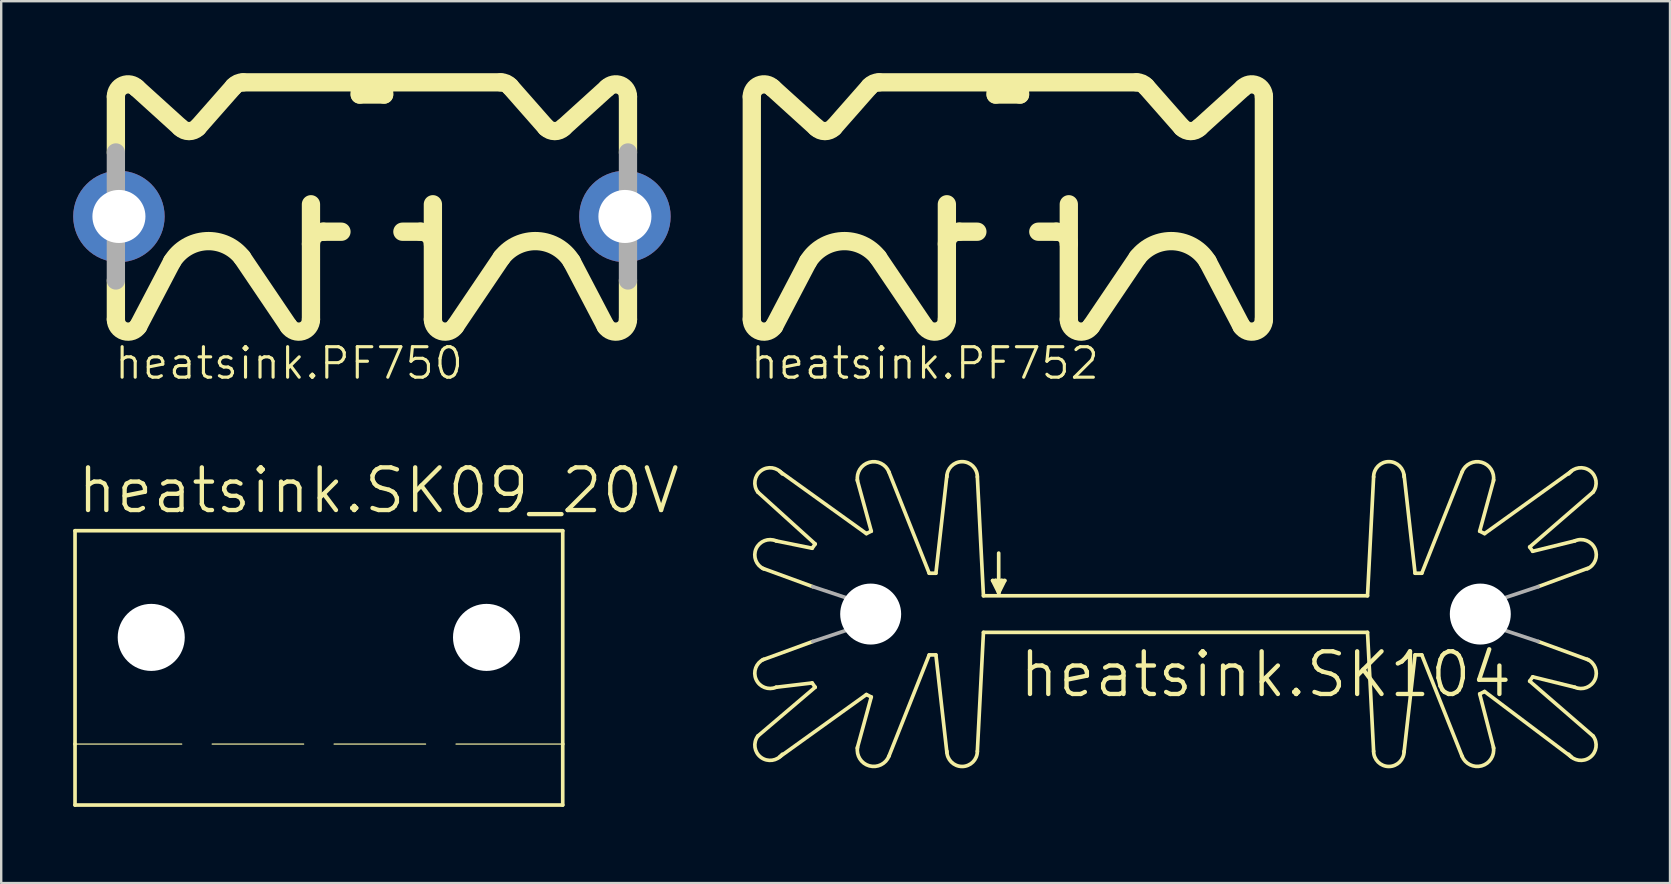
<source format=kicad_pcb>
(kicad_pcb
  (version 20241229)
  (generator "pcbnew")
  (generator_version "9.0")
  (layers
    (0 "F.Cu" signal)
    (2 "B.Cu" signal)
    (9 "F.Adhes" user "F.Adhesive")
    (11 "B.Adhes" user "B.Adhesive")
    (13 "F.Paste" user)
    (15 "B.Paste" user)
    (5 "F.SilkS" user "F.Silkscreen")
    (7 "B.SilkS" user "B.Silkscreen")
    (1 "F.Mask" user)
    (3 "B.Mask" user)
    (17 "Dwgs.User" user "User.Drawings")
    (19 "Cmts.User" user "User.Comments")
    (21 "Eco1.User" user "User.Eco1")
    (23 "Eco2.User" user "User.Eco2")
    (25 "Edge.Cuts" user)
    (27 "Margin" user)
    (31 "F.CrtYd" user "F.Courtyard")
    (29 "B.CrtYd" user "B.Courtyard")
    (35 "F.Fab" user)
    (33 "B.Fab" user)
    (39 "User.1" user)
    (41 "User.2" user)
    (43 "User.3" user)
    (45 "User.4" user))
  (footprint "heatsink.SK09_20V"
    (layer "F.Cu")
    (at 10.236 30.492)
    (property "Reference" "heatsink.SK09_20V" (at -10.16 -12.065 0) (layer "F.SilkS") (effects (font (size 1.778 1.778) (thickness 0.18)) (justify left bottom)))
    (fp_line (start -10.16 -2.54) (end -10.16 -11.43) (stroke (width 0.152) (type default)) (layer "F.SilkS"))
    (fp_line (start -10.16 -2.54) (end -5.715 -2.54) (stroke (width 0.051) (type default)) (layer "F.SilkS"))
    (fp_line (start -10.16 0) (end -10.16 -2.54) (stroke (width 0.152) (type default)) (layer "F.SilkS"))
    (fp_line (start -10.16 0) (end 10.16 0) (stroke (width 0.152) (type default)) (layer "F.SilkS"))
    (fp_line (start -4.445 -2.54) (end -0.635 -2.54) (stroke (width 0.051) (type default)) (layer "F.SilkS"))
    (fp_line (start 0.635 -2.54) (end 4.445 -2.54) (stroke (width 0.051) (type default)) (layer "F.SilkS"))
    (fp_line (start 5.715 -2.54) (end 10.16 -2.54) (stroke (width 0.051) (type default)) (layer "F.SilkS"))
    (fp_line (start 10.16 -11.43) (end -10.16 -11.43) (stroke (width 0.152) (type default)) (layer "F.SilkS"))
    (fp_line (start 10.16 -11.43) (end 10.16 -2.54) (stroke (width 0.152) (type default)) (layer "F.SilkS"))
    (fp_line (start 10.16 -2.54) (end 10.16 0) (stroke (width 0.152) (type default)) (layer "F.SilkS"))
    (pad "" np_thru_hole circle (at -6.985 -6.985) (size 2.794 2.794) (drill 2.794) (layers "*.Cu" "*.Mask"))
    (pad "" np_thru_hole circle (at 6.985 -6.985) (size 2.794 2.794) (drill 2.794) (layers "*.Cu" "*.Mask")))
  (footprint "heatsink.PF750"
    (layer "F.Cu")
    (at 12.446 0.762)
    (property "Reference" "heatsink.PF750" (at -10.795 12.065 0) (layer "F.SilkS") (effects (font (size 1.27 1.27) (thickness 0.13)) (justify left bottom)))
    (attr through_hole)
    (fp_line (start -10.668 2.54) (end -10.668 0.21) (stroke (width 0.762) (type default)) (layer "F.SilkS"))
    (fp_line (start -10.668 9.498) (end -10.668 7.874) (stroke (width 0.762) (type default)) (layer "F.SilkS"))
    (fp_line (start -9.801 -0.149) (end -7.979 1.502) (stroke (width 0.762) (type default)) (layer "F.SilkS"))
    (fp_line (start -9.737 9.78) (end -8.326 7.085) (stroke (width 0.762) (type default)) (layer "F.SilkS"))
    (fp_line (start -7.261 1.502) (end -5.755 -0.209) (stroke (width 0.762) (type default)) (layer "F.SilkS"))
    (fp_line (start -5.374 -0.381) (end 5.374 -0.381) (stroke (width 0.762) (type default)) (layer "F.SilkS"))
    (fp_line (start -3.471 9.78) (end -5.406 6.918) (stroke (width 0.762) (type default)) (layer "F.SilkS"))
    (fp_line (start -2.54 4.699) (end -2.54 9.498) (stroke (width 0.762) (type default)) (layer "F.SilkS"))
    (fp_line (start -2.032 5.842) (end -1.27 5.842) (stroke (width 0.762) (type default)) (layer "F.SilkS"))
    (fp_line (start -0.508 -0.254) (end -0.508 0.127) (stroke (width 0.762) (type default)) (layer "F.SilkS"))
    (fp_line (start -0.508 0.127) (end 0.508 0.127) (stroke (width 0.762) (type default)) (layer "F.SilkS"))
    (fp_line (start 0.508 0.127) (end 0.508 -0.254) (stroke (width 0.762) (type default)) (layer "F.SilkS"))
    (fp_line (start 2.032 5.842) (end 1.27 5.842) (stroke (width 0.762) (type default)) (layer "F.SilkS"))
    (fp_line (start 2.54 4.699) (end 2.54 9.498) (stroke (width 0.762) (type default)) (layer "F.SilkS"))
    (fp_line (start 3.471 9.78) (end 5.406 6.918) (stroke (width 0.762) (type default)) (layer "F.SilkS"))
    (fp_line (start 7.261 1.502) (end 5.755 -0.209) (stroke (width 0.762) (type default)) (layer "F.SilkS"))
    (fp_line (start 9.737 9.78) (end 8.326 7.085) (stroke (width 0.762) (type default)) (layer "F.SilkS"))
    (fp_line (start 9.801 -0.149) (end 7.979 1.502) (stroke (width 0.762) (type default)) (layer "F.SilkS"))
    (fp_line (start 10.668 2.54) (end 10.668 0.21) (stroke (width 0.762) (type default)) (layer "F.SilkS"))
    (fp_line (start 10.668 9.498) (end 10.668 7.874) (stroke (width 0.762) (type default)) (layer "F.SilkS"))
    (fp_arc (start -10.668 0.2104) (mid -10.354406 -0.258924) (end -9.8008 -0.1488) (stroke (width 0.762) (type default)) (layer "F.SilkS"))
    (fp_arc (start -9.7372 9.7801) (mid -10.307185 9.984476) (end -10.668 9.4982) (stroke (width 0.762) (type default)) (layer "F.SilkS"))
    (fp_arc (start -8.3259 7.0854) (mid -6.909959 6.236179) (end -5.4061 6.9177) (stroke (width 0.762) (type default)) (layer "F.SilkS"))
    (fp_arc (start -7.2608 1.5022) (mid -7.62 1.650986) (end -7.9792 1.5022) (stroke (width 0.762) (type default)) (layer "F.SilkS"))
    (fp_arc (start -5.7549 -0.2086) (mid -5.582835 -0.335931) (end -5.3736 -0.3811) (stroke (width 0.762) (type default)) (layer "F.SilkS"))
    (fp_arc (start -2.54 6.35) (mid -2.39121 5.99079) (end -2.032 5.842) (stroke (width 0.762) (type default)) (layer "F.SilkS"))
    (fp_arc (start -2.5398 9.4982) (mid -2.900689 9.984509) (end -3.4707 9.78) (stroke (width 0.762) (type default)) (layer "F.SilkS"))
    (fp_arc (start 2.032 5.842) (mid 2.39121 5.99079) (end 2.54 6.35) (stroke (width 0.762) (type default)) (layer "F.SilkS"))
    (fp_arc (start 3.4705 9.7799) (mid 2.900728 9.984303) (end 2.54 9.4982) (stroke (width 0.762) (type default)) (layer "F.SilkS"))
    (fp_arc (start 5.3736 -0.381) (mid 5.582826 -0.335885) (end 5.7549 -0.2086) (stroke (width 0.762) (type default)) (layer "F.SilkS"))
    (fp_arc (start 5.4061 6.9177) (mid 6.909959 6.236179) (end 8.3259 7.0854) (stroke (width 0.762) (type default)) (layer "F.SilkS"))
    (fp_arc (start 7.9792 1.5022) (mid 7.62 1.650986) (end 7.2608 1.5022) (stroke (width 0.762) (type default)) (layer "F.SilkS"))
    (fp_arc (start 9.8008 -0.1488) (mid 10.354406 -0.258924) (end 10.668 0.2104) (stroke (width 0.762) (type default)) (layer "F.SilkS"))
    (fp_arc (start 10.6678 9.4982) (mid 10.307098 9.984318) (end 9.7373 9.78) (stroke (width 0.762) (type default)) (layer "F.SilkS"))
    (fp_line (start -10.668 7.874) (end -10.668 2.54) (stroke (width 0.762) (type default)) (layer "F.Fab"))
    (fp_line (start 10.668 7.874) (end 10.668 2.54) (stroke (width 0.762) (type default)) (layer "F.Fab"))
    (pad "M" thru_hole circle (at 10.541 5.207) (size 3.81 3.81) (drill 2.21) (layers "*.Cu" "*.Mask"))
    (pad "M1" thru_hole circle (at -10.541 5.207) (size 3.81 3.81) (drill 2.21) (layers "*.Cu" "*.Mask")))
  (footprint "heatsink.PF752"
    (layer "F.Cu")
    (at 38.941 0.762)
    (property "Reference" "heatsink.PF752" (at -10.795 12.065 0) (layer "F.SilkS") (effects (font (size 1.27 1.27) (thickness 0.13)) (justify left bottom)))
    (fp_line (start -10.668 9.498) (end -10.668 0.21) (stroke (width 0.762) (type default)) (layer "F.SilkS"))
    (fp_line (start -9.801 -0.149) (end -7.979 1.502) (stroke (width 0.762) (type default)) (layer "F.SilkS"))
    (fp_line (start -9.737 9.78) (end -8.326 7.085) (stroke (width 0.762) (type default)) (layer "F.SilkS"))
    (fp_line (start -7.261 1.502) (end -5.755 -0.209) (stroke (width 0.762) (type default)) (layer "F.SilkS"))
    (fp_line (start -5.374 -0.381) (end 5.374 -0.381) (stroke (width 0.762) (type default)) (layer "F.SilkS"))
    (fp_line (start -3.471 9.78) (end -5.406 6.918) (stroke (width 0.762) (type default)) (layer "F.SilkS"))
    (fp_line (start -2.54 4.699) (end -2.54 9.498) (stroke (width 0.762) (type default)) (layer "F.SilkS"))
    (fp_line (start -2.032 5.842) (end -1.27 5.842) (stroke (width 0.762) (type default)) (layer "F.SilkS"))
    (fp_line (start -0.508 -0.254) (end -0.508 0.127) (stroke (width 0.762) (type default)) (layer "F.SilkS"))
    (fp_line (start -0.508 0.127) (end 0.508 0.127) (stroke (width 0.762) (type default)) (layer "F.SilkS"))
    (fp_line (start 0.508 0.127) (end 0.508 -0.254) (stroke (width 0.762) (type default)) (layer "F.SilkS"))
    (fp_line (start 2.032 5.842) (end 1.27 5.842) (stroke (width 0.762) (type default)) (layer "F.SilkS"))
    (fp_line (start 2.54 4.699) (end 2.54 9.498) (stroke (width 0.762) (type default)) (layer "F.SilkS"))
    (fp_line (start 3.471 9.78) (end 5.406 6.918) (stroke (width 0.762) (type default)) (layer "F.SilkS"))
    (fp_line (start 7.261 1.502) (end 5.755 -0.209) (stroke (width 0.762) (type default)) (layer "F.SilkS"))
    (fp_line (start 9.737 9.78) (end 8.326 7.085) (stroke (width 0.762) (type default)) (layer "F.SilkS"))
    (fp_line (start 9.801 -0.149) (end 7.979 1.502) (stroke (width 0.762) (type default)) (layer "F.SilkS"))
    (fp_line (start 10.668 9.498) (end 10.668 0.21) (stroke (width 0.762) (type default)) (layer "F.SilkS"))
    (fp_arc (start -10.668 0.2104) (mid -10.354406 -0.258924) (end -9.8008 -0.1488) (stroke (width 0.762) (type default)) (layer "F.SilkS"))
    (fp_arc (start -9.7372 9.7801) (mid -10.307185 9.984476) (end -10.668 9.4982) (stroke (width 0.762) (type default)) (layer "F.SilkS"))
    (fp_arc (start -8.3259 7.0854) (mid -6.909959 6.236179) (end -5.4061 6.9177) (stroke (width 0.762) (type default)) (layer "F.SilkS"))
    (fp_arc (start -7.2608 1.5022) (mid -7.62 1.650986) (end -7.9792 1.5022) (stroke (width 0.762) (type default)) (layer "F.SilkS"))
    (fp_arc (start -5.7549 -0.2086) (mid -5.582835 -0.335931) (end -5.3736 -0.3811) (stroke (width 0.762) (type default)) (layer "F.SilkS"))
    (fp_arc (start -2.54 6.35) (mid -2.39121 5.99079) (end -2.032 5.842) (stroke (width 0.762) (type default)) (layer "F.SilkS"))
    (fp_arc (start -2.5398 9.4982) (mid -2.900689 9.984509) (end -3.4707 9.78) (stroke (width 0.762) (type default)) (layer "F.SilkS"))
    (fp_arc (start 2.032 5.842) (mid 2.39121 5.99079) (end 2.54 6.35) (stroke (width 0.762) (type default)) (layer "F.SilkS"))
    (fp_arc (start 3.4705 9.7799) (mid 2.900728 9.984303) (end 2.54 9.4982) (stroke (width 0.762) (type default)) (layer "F.SilkS"))
    (fp_arc (start 5.3736 -0.381) (mid 5.582826 -0.335885) (end 5.7549 -0.2086) (stroke (width 0.762) (type default)) (layer "F.SilkS"))
    (fp_arc (start 5.4061 6.9177) (mid 6.909959 6.236179) (end 8.3259 7.0854) (stroke (width 0.762) (type default)) (layer "F.SilkS"))
    (fp_arc (start 7.9792 1.5022) (mid 7.62 1.650986) (end 7.2608 1.5022) (stroke (width 0.762) (type default)) (layer "F.SilkS"))
    (fp_arc (start 9.8008 -0.1488) (mid 10.354406 -0.258924) (end 10.668 0.2104) (stroke (width 0.762) (type default)) (layer "F.SilkS"))
    (fp_arc (start 10.6678 9.4982) (mid 10.307098 9.984318) (end 9.7373 9.78) (stroke (width 0.762) (type default)) (layer "F.SilkS")))
  (footprint "heatsink.SK104"
    (layer "F.Cu")
    (at 45.926 21.773)
    (property "Reference" "heatsink.SK104" (at -6.604 4.318 0) (layer "F.SilkS") (effects (font (size 1.778 1.778) (thickness 0.18)) (justify left bottom)))
    (fp_line (start -15.138 -1.981) (end -16.637 -2.286) (stroke (width 0.152) (type default)) (layer "F.SilkS"))
    (fp_line (start -15.138 -1.981) (end -15.011 -2.159) (stroke (width 0.152) (type default)) (layer "F.SilkS"))
    (fp_line (start -15.138 3.632) (end -16.637 3.81) (stroke (width 0.152) (type default)) (layer "F.SilkS"))
    (fp_line (start -15.138 3.632) (end -15.011 3.81) (stroke (width 0.152) (type default)) (layer "F.SilkS"))
    (fp_line (start -15.113 -0.381) (end -17.196 -1.143) (stroke (width 0.152) (type default)) (layer "F.SilkS"))
    (fp_line (start -15.113 1.905) (end -17.196 2.667) (stroke (width 0.152) (type default)) (layer "F.SilkS"))
    (fp_line (start -15.011 -2.159) (end -17.399 -4.318) (stroke (width 0.152) (type default)) (layer "F.SilkS"))
    (fp_line (start -15.011 3.81) (end -17.399 5.842) (stroke (width 0.152) (type default)) (layer "F.SilkS"))
    (fp_line (start -13.259 -4.826) (end -12.675 -2.692) (stroke (width 0.152) (type default)) (layer "F.SilkS"))
    (fp_line (start -13.259 6.35) (end -12.675 4.216) (stroke (width 0.152) (type default)) (layer "F.SilkS"))
    (fp_line (start -12.878 -2.591) (end -16.485 -5.182) (stroke (width 0.152) (type default)) (layer "F.SilkS"))
    (fp_line (start -12.878 4.115) (end -16.485 6.706) (stroke (width 0.152) (type default)) (layer "F.SilkS"))
    (fp_line (start -12.675 -2.692) (end -12.878 -2.591) (stroke (width 0.152) (type default)) (layer "F.SilkS"))
    (fp_line (start -12.675 4.216) (end -12.878 4.115) (stroke (width 0.152) (type default)) (layer "F.SilkS"))
    (fp_line (start -10.262 -0.94) (end -11.938 -5.156) (stroke (width 0.152) (type default)) (layer "F.SilkS"))
    (fp_line (start -10.262 2.464) (end -11.938 6.68) (stroke (width 0.152) (type default)) (layer "F.SilkS"))
    (fp_line (start -9.982 -0.94) (end -10.262 -0.94) (stroke (width 0.152) (type default)) (layer "F.SilkS"))
    (fp_line (start -9.982 -0.94) (end -9.525 -5.004) (stroke (width 0.152) (type default)) (layer "F.SilkS"))
    (fp_line (start -9.982 2.464) (end -10.262 2.464) (stroke (width 0.152) (type default)) (layer "F.SilkS"))
    (fp_line (start -9.982 2.464) (end -9.525 6.528) (stroke (width 0.152) (type default)) (layer "F.SilkS"))
    (fp_line (start -8.255 -4.953) (end -8.001 0) (stroke (width 0.152) (type default)) (layer "F.SilkS"))
    (fp_line (start -8.255 6.477) (end -8.001 1.524) (stroke (width 0.152) (type default)) (layer "F.SilkS"))
    (fp_line (start -8.001 0) (end 8.001 0) (stroke (width 0.152) (type default)) (layer "F.SilkS"))
    (fp_line (start -8.001 1.524) (end 8.001 1.524) (stroke (width 0.152) (type default)) (layer "F.SilkS"))
    (fp_line (start -7.62 -0.635) (end -7.493 -0.635) (stroke (width 0.152) (type default)) (layer "F.SilkS"))
    (fp_line (start -7.493 -0.635) (end -7.366 -0.254) (stroke (width 0.152) (type default)) (layer "F.SilkS"))
    (fp_line (start -7.493 -0.635) (end -7.239 -0.635) (stroke (width 0.152) (type default)) (layer "F.SilkS"))
    (fp_line (start -7.366 -1.778) (end -7.366 -0.254) (stroke (width 0.152) (type default)) (layer "F.SilkS"))
    (fp_line (start -7.366 -0.254) (end -7.366 -0.127) (stroke (width 0.152) (type default)) (layer "F.SilkS"))
    (fp_line (start -7.366 -0.127) (end -7.62 -0.635) (stroke (width 0.152) (type default)) (layer "F.SilkS"))
    (fp_line (start -7.366 -0.127) (end -7.239 -0.635) (stroke (width 0.152) (type default)) (layer "F.SilkS"))
    (fp_line (start -7.239 -0.635) (end -7.112 -0.635) (stroke (width 0.152) (type default)) (layer "F.SilkS"))
    (fp_line (start -7.112 -0.635) (end -7.366 -0.127) (stroke (width 0.152) (type default)) (layer "F.SilkS"))
    (fp_line (start 8.255 -4.953) (end 8.001 0) (stroke (width 0.152) (type default)) (layer "F.SilkS"))
    (fp_line (start 8.255 6.477) (end 8.001 1.524) (stroke (width 0.152) (type default)) (layer "F.SilkS"))
    (fp_line (start 9.982 -0.94) (end 9.525 -5.029) (stroke (width 0.152) (type default)) (layer "F.SilkS"))
    (fp_line (start 9.982 -0.94) (end 10.262 -0.94) (stroke (width 0.152) (type default)) (layer "F.SilkS"))
    (fp_line (start 9.982 2.464) (end 9.525 6.502) (stroke (width 0.152) (type default)) (layer "F.SilkS"))
    (fp_line (start 9.982 2.464) (end 10.262 2.464) (stroke (width 0.152) (type default)) (layer "F.SilkS"))
    (fp_line (start 10.262 -0.94) (end 11.938 -5.156) (stroke (width 0.152) (type default)) (layer "F.SilkS"))
    (fp_line (start 10.262 2.464) (end 11.938 6.68) (stroke (width 0.152) (type default)) (layer "F.SilkS"))
    (fp_line (start 12.675 -2.692) (end 12.878 -2.591) (stroke (width 0.152) (type default)) (layer "F.SilkS"))
    (fp_line (start 12.675 4.089) (end 12.878 3.988) (stroke (width 0.152) (type default)) (layer "F.SilkS"))
    (fp_line (start 12.878 -2.591) (end 16.485 -5.182) (stroke (width 0.152) (type default)) (layer "F.SilkS"))
    (fp_line (start 12.878 3.988) (end 16.485 6.706) (stroke (width 0.152) (type default)) (layer "F.SilkS"))
    (fp_line (start 13.259 -4.826) (end 12.675 -2.692) (stroke (width 0.152) (type default)) (layer "F.SilkS"))
    (fp_line (start 13.259 6.35) (end 12.675 4.089) (stroke (width 0.152) (type default)) (layer "F.SilkS"))
    (fp_line (start 14.757 -2.032) (end 17.399 -4.318) (stroke (width 0.152) (type default)) (layer "F.SilkS"))
    (fp_line (start 14.757 3.556) (end 17.399 5.842) (stroke (width 0.152) (type default)) (layer "F.SilkS"))
    (fp_line (start 14.884 -1.854) (end 14.757 -2.032) (stroke (width 0.152) (type default)) (layer "F.SilkS"))
    (fp_line (start 14.884 -1.854) (end 16.637 -2.286) (stroke (width 0.152) (type default)) (layer "F.SilkS"))
    (fp_line (start 14.884 3.378) (end 14.757 3.556) (stroke (width 0.152) (type default)) (layer "F.SilkS"))
    (fp_line (start 14.884 3.378) (end 16.637 3.81) (stroke (width 0.152) (type default)) (layer "F.SilkS"))
    (fp_line (start 15.113 -0.381) (end 17.17 -1.143) (stroke (width 0.152) (type default)) (layer "F.SilkS"))
    (fp_line (start 15.113 1.905) (end 17.196 2.667) (stroke (width 0.152) (type default)) (layer "F.SilkS"))
    (fp_arc (start -17.399 -4.318) (mid -17.272 -5.207) (end -16.383 -5.08) (stroke (width 0.1524) (type default)) (layer "F.SilkS"))
    (fp_arc (start -17.1546 -1.1219) (mid -17.47297 -1.960453) (end -16.6371 -2.2858) (stroke (width 0.1524) (type default)) (layer "F.SilkS"))
    (fp_arc (start -16.6371 3.8098) (mid -17.47297 3.484453) (end -17.1546 2.6459) (stroke (width 0.1524) (type default)) (layer "F.SilkS"))
    (fp_arc (start -16.383 6.604) (mid -17.272 6.731) (end -17.399 5.842) (stroke (width 0.1524) (type default)) (layer "F.SilkS"))
    (fp_arc (start -13.2476 -4.7898) (mid -12.757219 -5.561011) (end -11.9378 -5.1563) (stroke (width 0.1524) (type default)) (layer "F.SilkS"))
    (fp_arc (start -11.9378 6.6803) (mid -12.757219 7.085011) (end -13.2476 6.3138) (stroke (width 0.1524) (type default)) (layer "F.SilkS"))
    (fp_arc (start -9.525 -4.953) (mid -8.89 -5.588) (end -8.255 -4.953) (stroke (width 0.1524) (type default)) (layer "F.SilkS"))
    (fp_arc (start -8.255 6.477) (mid -8.89 7.112) (end -9.525 6.477) (stroke (width 0.1524) (type default)) (layer "F.SilkS"))
    (fp_arc (start 8.255 -4.953) (mid 8.89 -5.588) (end 9.525 -4.953) (stroke (width 0.1524) (type default)) (layer "F.SilkS"))
    (fp_arc (start 9.525 6.477) (mid 8.89 7.112) (end 8.255 6.477) (stroke (width 0.1524) (type default)) (layer "F.SilkS"))
    (fp_arc (start 11.938 -5.1562) (mid 12.757182 -5.560806) (end 13.2474 -4.7898) (stroke (width 0.1524) (type default)) (layer "F.SilkS"))
    (fp_arc (start 13.2474 6.3138) (mid 12.757182 7.084806) (end 11.938 6.6802) (stroke (width 0.1524) (type default)) (layer "F.SilkS"))
    (fp_arc (start 16.383 -5.08) (mid 17.272 -5.207) (end 17.399 -4.318) (stroke (width 0.1524) (type default)) (layer "F.SilkS"))
    (fp_arc (start 16.637 -2.286) (mid 17.47317 -1.960552) (end 17.1547 -1.1217) (stroke (width 0.1524) (type default)) (layer "F.SilkS"))
    (fp_arc (start 17.1547 2.6457) (mid 17.47317 3.484552) (end 16.637 3.81) (stroke (width 0.1524) (type default)) (layer "F.SilkS"))
    (fp_arc (start 17.399 5.842) (mid 17.272 6.731) (end 16.383 6.604) (stroke (width 0.1524) (type default)) (layer "F.SilkS"))
    (fp_line (start -13.589 0.127) (end -15.113 -0.381) (stroke (width 0.152) (type default)) (layer "F.Fab"))
    (fp_line (start -13.589 1.397) (end -15.113 1.905) (stroke (width 0.152) (type default)) (layer "F.Fab"))
    (fp_line (start 13.589 0.127) (end 15.113 -0.381) (stroke (width 0.152) (type default)) (layer "F.Fab"))
    (fp_line (start 13.589 1.397) (end 15.113 1.905) (stroke (width 0.152) (type default)) (layer "F.Fab"))
    (fp_arc (start -13.589 1.397) (mid -13.792495 0.762) (end -13.589 0.127) (stroke (width 0.1524) (type default)) (layer "F.Fab"))
    (fp_arc (start 13.589 0.127) (mid 13.792277 0.74435) (end 13.6089 1.3679) (stroke (width 0.1524) (type default)) (layer "F.Fab"))
    (pad "" np_thru_hole circle (at -12.7 0.762) (size 2.54 2.54) (drill 2.54) (layers "*.Cu" "*.Mask"))
    (pad "" np_thru_hole circle (at 12.7 0.762) (size 2.54 2.54) (drill 2.54) (layers "*.Cu" "*.Mask")))
  (gr_rect
    (start -3 -3)
    (end 66.53 33.742)
    (stroke (width 0.1) (type default))
    (fill no)
    (layer "Edge.Cuts")))
</source>
